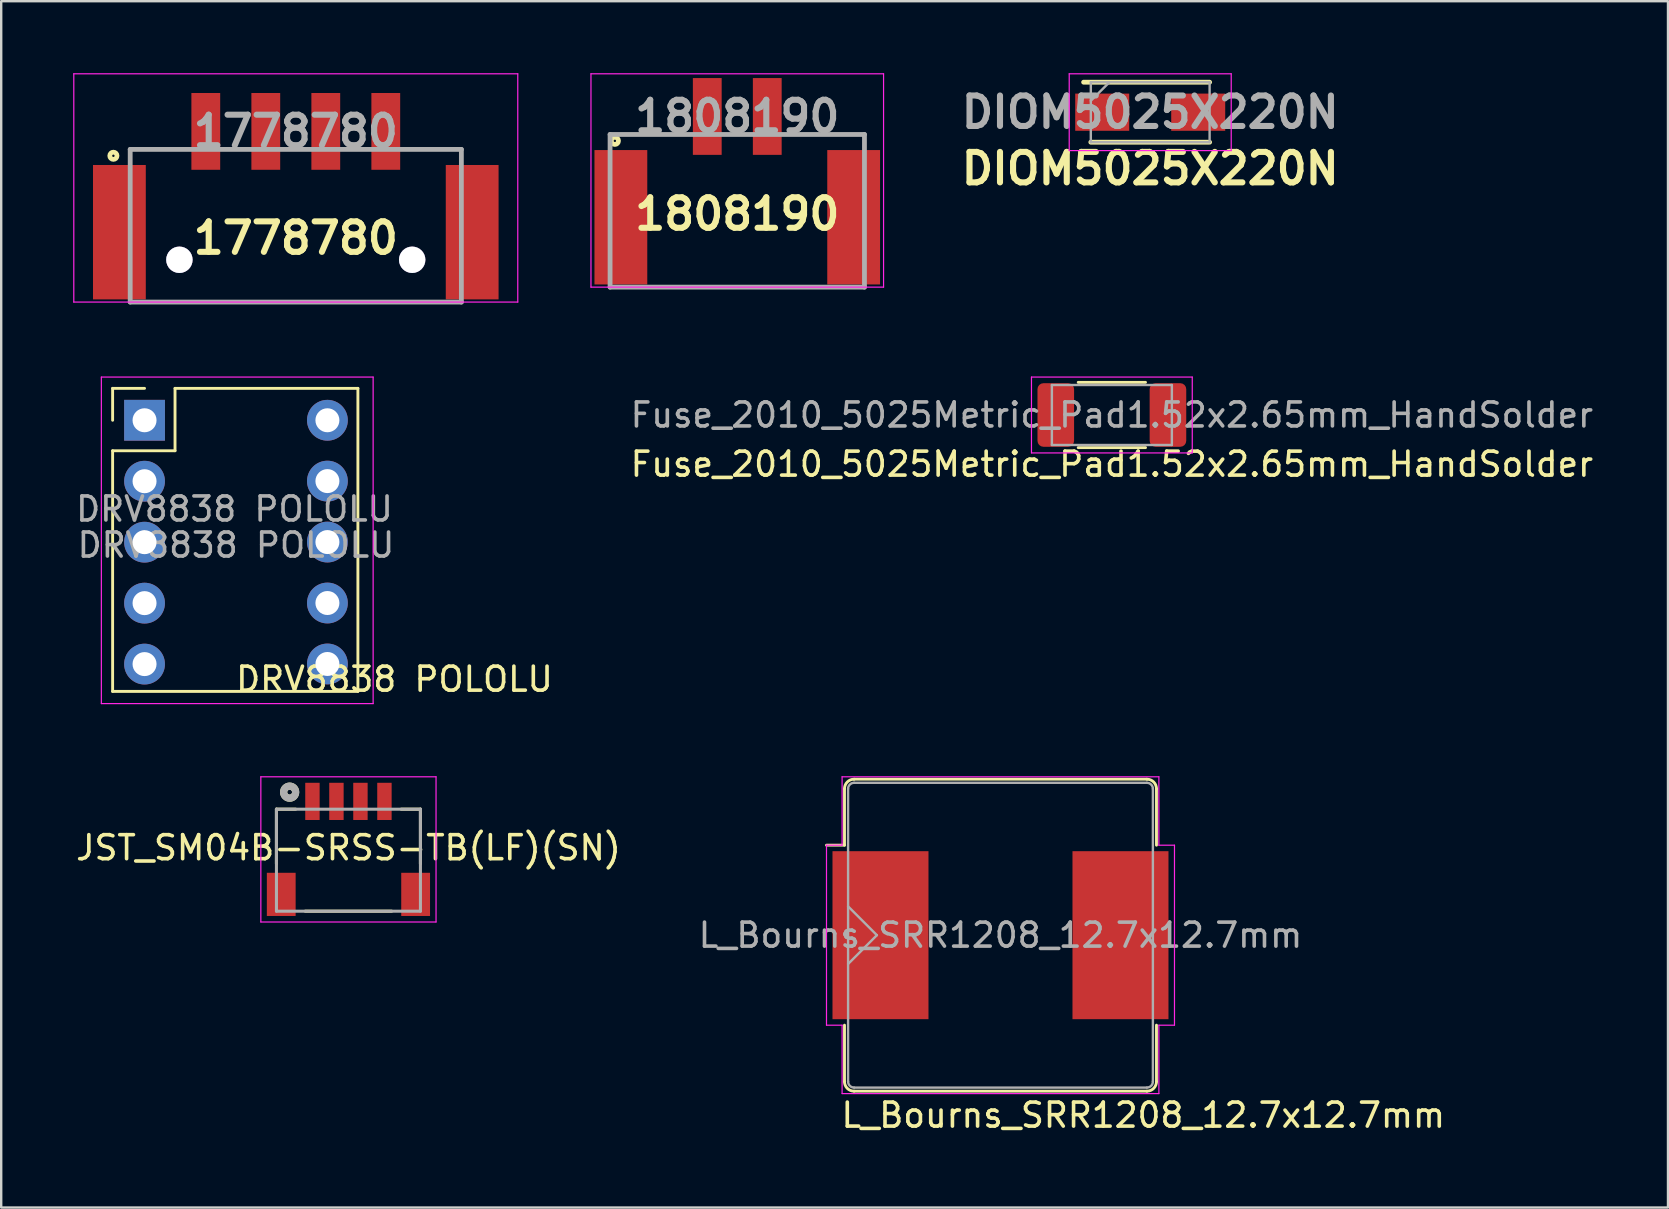
<source format=kicad_pcb>
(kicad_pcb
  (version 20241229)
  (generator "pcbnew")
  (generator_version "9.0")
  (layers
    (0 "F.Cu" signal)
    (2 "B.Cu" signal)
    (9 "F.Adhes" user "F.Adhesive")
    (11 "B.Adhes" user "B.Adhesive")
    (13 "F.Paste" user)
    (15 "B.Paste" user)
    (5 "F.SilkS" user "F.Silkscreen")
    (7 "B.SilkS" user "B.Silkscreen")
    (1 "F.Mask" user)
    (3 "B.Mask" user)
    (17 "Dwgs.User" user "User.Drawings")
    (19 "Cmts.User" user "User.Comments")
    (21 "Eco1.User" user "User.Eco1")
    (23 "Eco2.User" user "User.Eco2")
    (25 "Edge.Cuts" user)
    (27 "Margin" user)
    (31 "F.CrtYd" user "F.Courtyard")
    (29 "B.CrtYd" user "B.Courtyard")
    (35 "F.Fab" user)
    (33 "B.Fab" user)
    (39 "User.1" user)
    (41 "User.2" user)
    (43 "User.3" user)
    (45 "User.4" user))
  (footprint "DRV8838 POLOLU"
    (layer "F.Cu")
    (at 6.783 19.664)
    (property "Reference" "DRV8838 POLOLU" (at 6.604 5.588 0) (unlocked yes) (layer "F.SilkS") (effects (font (size 1 1) (thickness 0.15))))
    (attr through_hole)
    (fp_line (start -5.14 -6.532) (end -3.81 -6.532) (stroke (width 0.12) (type solid)) (layer "F.SilkS"))
    (fp_line (start -5.14 -5.202) (end -5.14 -6.532) (stroke (width 0.12) (type solid)) (layer "F.SilkS"))
    (fp_line (start -5.14 -3.932) (end -5.14 6.096) (stroke (width 0.12) (type solid)) (layer "F.SilkS"))
    (fp_line (start -5.14 -3.932) (end -2.54 -3.932) (stroke (width 0.12) (type solid)) (layer "F.SilkS"))
    (fp_line (start -5.14 6.096) (end 5.08 6.096) (stroke (width 0.12) (type solid)) (layer "F.SilkS"))
    (fp_line (start -2.54 -6.532) (end 5.08 -6.532) (stroke (width 0.12) (type solid)) (layer "F.SilkS"))
    (fp_line (start -2.54 -3.932) (end -2.54 -6.532) (stroke (width 0.12) (type solid)) (layer "F.SilkS"))
    (fp_line (start 5.08 -6.532) (end 5.08 6.096) (stroke (width 0.12) (type solid)) (layer "F.SilkS"))
    (fp_line (start -5.61 -7.002) (end -5.61 6.604) (stroke (width 0.05) (type solid)) (layer "F.CrtYd"))
    (fp_line (start -5.61 6.604) (end 5.715 6.604) (stroke (width 0.05) (type solid)) (layer "F.CrtYd"))
    (fp_line (start 5.715 -7.002) (end -5.61 -7.002) (stroke (width 0.05) (type solid)) (layer "F.CrtYd"))
    (fp_line (start 5.715 6.604) (end 5.715 -7.002) (stroke (width 0.05) (type solid)) (layer "F.CrtYd"))
    (fp_text user "${REFERENCE}" (at 0 0 0) (layer "F.Fab") (effects (font (size 1 1) (thickness 0.15))))
    (fp_text user "${REFERENCE}" (at -0.063 -1.503 0) (unlocked yes) (layer "F.Fab") (effects (font (size 1 1) (thickness 0.15))))
    (pad "01" thru_hole oval (at 3.81 2.413) (size 1.7 1.7) (drill 1) (layers "*.Cu" "*.Mask"))
    (pad "02" thru_hole oval (at 3.81 -0.127) (size 1.7 1.7) (drill 1) (layers "*.Cu" "*.Mask"))
    (pad "EN" thru_hole oval (at -3.81 -0.122) (size 1.7 1.7) (drill 1) (layers "*.Cu" "*.Mask"))
    (pad "GND" thru_hole rect (at -3.81 -5.202) (size 1.7 1.7) (drill 1) (layers "*.Cu" "*.Mask"))
    (pad "GND" thru_hole oval (at 3.81 -5.202) (size 1.7 1.7) (drill 1) (layers "*.Cu" "*.Mask"))
    (pad "PH" thru_hole oval (at -3.81 2.418) (size 1.7 1.7) (drill 1) (layers "*.Cu" "*.Mask"))
    (pad "VCC" thru_hole oval (at -3.81 -2.662) (size 1.7 1.7) (drill 1) (layers "*.Cu" "*.Mask"))
    (pad "VIN" thru_hole oval (at 3.81 -2.667) (size 1.7 1.7) (drill 1) (layers "*.Cu" "*.Mask"))
    (pad "VM" thru_hole oval (at 3.81 4.953) (size 1.7 1.7) (drill 1) (layers "*.Cu" "*.Mask"))
    (pad "~sleep" thru_hole oval (at -3.81 4.958) (size 1.7 1.7) (drill 1) (layers "*.Cu" "*.Mask")))
  (footprint "DIOM5025X220N"
    (layer "F.Cu")
    (at 44.878 1.625)
    (property "Reference" "DIOM5025X220N" (at 0 2.35 0) (layer "F.SilkS") (effects (font (size 1.27 1.27) (thickness 0.254))))
    (attr smd)
    (fp_line (start -2.475 1.25) (end 2.475 1.25) (stroke (width 0.2) (type solid)) (layer "F.SilkS"))
    (fp_line (start 2.475 -1.25) (end -2.775 -1.25) (stroke (width 0.2) (type solid)) (layer "F.SilkS"))
    (fp_line (start -3.375 -1.6) (end 3.375 -1.6) (stroke (width 0.05) (type solid)) (layer "F.CrtYd"))
    (fp_line (start -3.375 1.6) (end -3.375 -1.6) (stroke (width 0.05) (type solid)) (layer "F.CrtYd"))
    (fp_line (start 3.375 -1.6) (end 3.375 1.6) (stroke (width 0.05) (type solid)) (layer "F.CrtYd"))
    (fp_line (start 3.375 1.6) (end -3.375 1.6) (stroke (width 0.05) (type solid)) (layer "F.CrtYd"))
    (fp_line (start -2.475 -1.25) (end 2.475 -1.25) (stroke (width 0.1) (type solid)) (layer "F.Fab"))
    (fp_line (start -2.475 -0.475) (end -1.7 -1.25) (stroke (width 0.1) (type solid)) (layer "F.Fab"))
    (fp_line (start -2.475 1.25) (end -2.475 -1.25) (stroke (width 0.1) (type solid)) (layer "F.Fab"))
    (fp_line (start 2.475 -1.25) (end 2.475 1.25) (stroke (width 0.1) (type solid)) (layer "F.Fab"))
    (fp_line (start 2.475 1.25) (end -2.475 1.25) (stroke (width 0.1) (type solid)) (layer "F.Fab"))
    (fp_text user "${REFERENCE}" (at 0 0 0) (layer "F.Fab") (effects (font (size 1.27 1.27) (thickness 0.254))))
    (pad "1" smd rect (at -2 0 270) (size 1.55 2.25) (layers "F.Cu" "F.Mask" "F.Paste"))
    (pad "2" smd rect (at 2 0 270) (size 1.55 2.25) (layers "F.Cu" "F.Mask" "F.Paste")))
  (footprint "L_Bourns_SRR1208_12.7x12.7mm"
    (layer "F.Cu")
    (at 38.639 35.918)
    (property "Reference" "L_Bourns_SRR1208_12.7x12.7mm" (at 5.95 7.5 180) (layer "F.SilkS") (effects (font (size 1 1) (thickness 0.15))))
    (attr smd)
    (fp_line (start -6.5 -6.1) (end -6.5 -3.75) (stroke (width 0.12) (type solid)) (layer "F.SilkS"))
    (fp_line (start -6.5 -3.75) (end -7.25 -3.75) (stroke (width 0.12) (type solid)) (layer "F.SilkS"))
    (fp_line (start -6.5 3.75) (end -6.5 6.1) (stroke (width 0.12) (type solid)) (layer "F.SilkS"))
    (fp_line (start -6.1 -6.5) (end 6.1 -6.5) (stroke (width 0.12) (type solid)) (layer "F.SilkS"))
    (fp_line (start 6.1 6.5) (end -6.1 6.5) (stroke (width 0.12) (type solid)) (layer "F.SilkS"))
    (fp_line (start 6.5 -6.1) (end 6.5 -3.75) (stroke (width 0.12) (type solid)) (layer "F.SilkS"))
    (fp_line (start 6.5 3.75) (end 6.5 6.1) (stroke (width 0.12) (type solid)) (layer "F.SilkS"))
    (fp_arc (start -6.5 -6.1) (mid -6.382843 -6.382843) (end -6.1 -6.5) (stroke (width 0.12) (type solid)) (layer "F.SilkS"))
    (fp_arc (start -6.1 6.5) (mid -6.382843 6.382843) (end -6.5 6.1) (stroke (width 0.12) (type solid)) (layer "F.SilkS"))
    (fp_arc (start 6.1 -6.5) (mid 6.382843 -6.382843) (end 6.5 -6.1) (stroke (width 0.12) (type solid)) (layer "F.SilkS"))
    (fp_arc (start 6.5 6.1) (mid 6.382843 6.382843) (end 6.1 6.5) (stroke (width 0.12) (type solid)) (layer "F.SilkS"))
    (fp_line (start -7.25 -3.75) (end -7.25 3.75) (stroke (width 0.05) (type solid)) (layer "F.CrtYd"))
    (fp_line (start -7.25 -3.75) (end -6.6 -3.75) (stroke (width 0.05) (type solid)) (layer "F.CrtYd"))
    (fp_line (start -6.6 -6.6) (end -6.6 -3.75) (stroke (width 0.05) (type solid)) (layer "F.CrtYd"))
    (fp_line (start -6.6 -6.6) (end 6.6 -6.6) (stroke (width 0.05) (type solid)) (layer "F.CrtYd"))
    (fp_line (start -6.6 3.75) (end -7.25 3.75) (stroke (width 0.05) (type solid)) (layer "F.CrtYd"))
    (fp_line (start -6.6 6.6) (end -6.6 3.75) (stroke (width 0.05) (type solid)) (layer "F.CrtYd"))
    (fp_line (start 6.6 -6.6) (end 6.6 -3.75) (stroke (width 0.05) (type solid)) (layer "F.CrtYd"))
    (fp_line (start 6.6 3.75) (end 6.6 6.6) (stroke (width 0.05) (type solid)) (layer "F.CrtYd"))
    (fp_line (start 6.6 6.6) (end -6.6 6.6) (stroke (width 0.05) (type solid)) (layer "F.CrtYd"))
    (fp_line (start 7.25 -3.75) (end 6.6 -3.75) (stroke (width 0.05) (type solid)) (layer "F.CrtYd"))
    (fp_line (start 7.25 -3.75) (end 7.25 3.75) (stroke (width 0.05) (type solid)) (layer "F.CrtYd"))
    (fp_line (start 7.25 3.75) (end 6.6 3.75) (stroke (width 0.05) (type solid)) (layer "F.CrtYd"))
    (fp_line (start -6.35 -6.1) (end -6.35 6.1) (stroke (width 0.1) (type solid)) (layer "F.Fab"))
    (fp_line (start -6.1 -6.35) (end 6.1 -6.35) (stroke (width 0.1) (type solid)) (layer "F.Fab"))
    (fp_line (start -5.15 0) (end -6.35 -1.2) (stroke (width 0.1) (type solid)) (layer "F.Fab"))
    (fp_line (start -5.15 0) (end -6.35 1.2) (stroke (width 0.1) (type solid)) (layer "F.Fab"))
    (fp_line (start 6.1 6.35) (end -6.1 6.35) (stroke (width 0.1) (type solid)) (layer "F.Fab"))
    (fp_line (start 6.35 -6.1) (end 6.35 6.1) (stroke (width 0.1) (type solid)) (layer "F.Fab"))
    (fp_arc (start -6.35 -6.1) (mid -6.276777 -6.276777) (end -6.1 -6.35) (stroke (width 0.1) (type solid)) (layer "F.Fab"))
    (fp_arc (start -6.1 6.35) (mid -6.276777 6.276777) (end -6.35 6.1) (stroke (width 0.1) (type solid)) (layer "F.Fab"))
    (fp_arc (start 6.1 -6.35) (mid 6.276777 -6.276777) (end 6.35 -6.1) (stroke (width 0.1) (type solid)) (layer "F.Fab"))
    (fp_arc (start 6.35 6.1) (mid 6.276777 6.276777) (end 6.1 6.35) (stroke (width 0.1) (type solid)) (layer "F.Fab"))
    (fp_text user "${REFERENCE}" (at 0 0 180) (layer "F.Fab") (effects (font (size 1 1) (thickness 0.15))))
    (pad "1" smd rect (at -5 0) (size 4 7) (layers "F.Cu" "F.Mask" "F.Paste"))
    (pad "2" smd rect (at 5 0) (size 4 7) (layers "F.Cu" "F.Mask" "F.Paste")))
  (footprint "JST_SM04B-SRSS-TB(LF)(SN)"
    (layer "F.Cu")
    (at 11.469 30.343)
    (property "Reference" "JST_SM04B-SRSS-TB(LF)(SN)" (at 0.003 1.932 0) (layer "F.SilkS") (effects (font (size 1.001 1.001) (thickness 0.15))))
    (attr through_hole)
    (fp_line (start -3 0.325) (end -3 2.6) (stroke (width 0.127) (type solid)) (layer "F.SilkS"))
    (fp_line (start -2.2 0.325) (end -3 0.325) (stroke (width 0.127) (type solid)) (layer "F.SilkS"))
    (fp_line (start -1.8 4.575) (end 1.8 4.575) (stroke (width 0.127) (type solid)) (layer "F.SilkS"))
    (fp_line (start 2.2 0.325) (end 3 0.325) (stroke (width 0.127) (type solid)) (layer "F.SilkS"))
    (fp_line (start 3 0.325) (end 3 2.6) (stroke (width 0.127) (type solid)) (layer "F.SilkS"))
    (fp_circle (center -2.45 -0.385) (end -2.35 -0.385) (stroke (width 0.3) (type solid)) (fill no) (layer "F.SilkS"))
    (fp_line (start -3.65 -1.025) (end 3.65 -1.025) (stroke (width 0.05) (type solid)) (layer "F.CrtYd"))
    (fp_line (start -3.65 5.025) (end -3.65 -1.025) (stroke (width 0.05) (type solid)) (layer "F.CrtYd"))
    (fp_line (start 3.65 -1.025) (end 3.65 5.025) (stroke (width 0.05) (type solid)) (layer "F.CrtYd"))
    (fp_line (start 3.65 5.025) (end -3.65 5.025) (stroke (width 0.05) (type solid)) (layer "F.CrtYd"))
    (fp_line (start -3 0.325) (end 3 0.325) (stroke (width 0.127) (type solid)) (layer "F.Fab"))
    (fp_line (start -3 4.575) (end -3 0.325) (stroke (width 0.127) (type solid)) (layer "F.Fab"))
    (fp_line (start 3 0.325) (end 3 4.575) (stroke (width 0.127) (type solid)) (layer "F.Fab"))
    (fp_line (start 3 4.575) (end -3 4.575) (stroke (width 0.127) (type solid)) (layer "F.Fab"))
    (fp_circle (center -2.45 -0.385) (end -2.35 -0.385) (stroke (width 0.3) (type solid)) (fill no) (layer "F.Fab"))
    (pad "1" smd rect (at -1.5 0) (size 0.6 1.55) (layers "F.Cu" "F.Mask" "F.Paste"))
    (pad "2" smd rect (at -0.5 0) (size 0.6 1.55) (layers "F.Cu" "F.Mask" "F.Paste"))
    (pad "3" smd rect (at 0.5 0) (size 0.6 1.55) (layers "F.Cu" "F.Mask" "F.Paste"))
    (pad "4" smd rect (at 1.5 0) (size 0.6 1.55) (layers "F.Cu" "F.Mask" "F.Paste"))
    (pad "S1" smd rect (at -2.8 3.875 180) (size 1.2 1.8) (layers "F.Cu" "F.Mask" "F.Paste"))
    (pad "S2" smd rect (at 2.8 3.875 180) (size 1.2 1.8) (layers "F.Cu" "F.Mask" "F.Paste")))
  (footprint "1778780"
    (layer "F.Cu")
    (at 9.275 2.425)
    (property "Reference" "1778780" (at 0 4.445 180) (layer "F.SilkS") (effects (font (size 1.27 1.27) (thickness 0.254))))
    (attr through_hole)
    (fp_circle (center -7.6 1.016) (end -7.6 1.066) (stroke (width 0.2) (type solid)) (fill no) (layer "F.SilkS"))
    (fp_line (start -9.25 -2.4) (end 9.25 -2.4) (stroke (width 0.05) (type solid)) (layer "F.CrtYd"))
    (fp_line (start -9.25 7.112) (end -9.25 -2.4) (stroke (width 0.05) (type solid)) (layer "F.CrtYd"))
    (fp_line (start 9.25 -2.4) (end 9.25 7.112) (stroke (width 0.05) (type solid)) (layer "F.CrtYd"))
    (fp_line (start 9.25 7.112) (end -9.25 7.112) (stroke (width 0.05) (type solid)) (layer "F.CrtYd"))
    (fp_line (start -6.9 0.75) (end 6.9 0.75) (stroke (width 0.2) (type solid)) (layer "F.Fab"))
    (fp_line (start -6.9 7.112) (end -6.9 0.75) (stroke (width 0.2) (type solid)) (layer "F.Fab"))
    (fp_line (start 6.9 0.75) (end 6.9 7.112) (stroke (width 0.2) (type solid)) (layer "F.Fab"))
    (fp_line (start 6.9 7.112) (end -6.9 7.112) (stroke (width 0.2) (type solid)) (layer "F.Fab"))
    (fp_text user "${REFERENCE}" (at 0 0 180) (layer "F.Fab") (effects (font (size 1.27 1.27) (thickness 0.254))))
    (pad "1" smd rect (at -3.75 0) (size 1.2 3.2) (layers "F.Cu" "F.Mask" "F.Paste"))
    (pad "2" smd rect (at -1.25 0) (size 1.2 3.2) (layers "F.Cu" "F.Mask" "F.Paste"))
    (pad "3" smd rect (at 1.25 0) (size 1.2 3.2) (layers "F.Cu" "F.Mask" "F.Paste"))
    (pad "4" smd rect (at 3.75 0) (size 1.2 3.2) (layers "F.Cu" "F.Mask" "F.Paste"))
    (pad "5" smd rect (at -7.35 4.2) (size 2.2 5.6) (layers "F.Cu" "F.Mask" "F.Paste"))
    (pad "6" smd rect (at 7.35 4.2) (size 2.2 5.6) (layers "F.Cu" "F.Mask" "F.Paste"))
    (pad "7" thru_hole circle (at -4.85 5.35) (size 1.1 1.1) (drill 1.1) (layers "*.Cu" "*.Mask"))
    (pad "8" thru_hole circle (at 4.85 5.35) (size 1.1 1.1) (drill 1.1) (layers "*.Cu" "*.Mask")))
  (footprint "Fuse_2010_5025Metric_Pad1.52x2.65mm_HandSolder"
    (layer "F.Cu")
    (at 43.28 14.242)
    (property "Reference" "Fuse_2010_5025Metric_Pad1.52x2.65mm_HandSolder" (at 0 2.05 0) (layer "F.SilkS") (effects (font (size 1 1) (thickness 0.15))))
    (attr smd)
    (fp_line (start -1.402 -1.36) (end 1.402 -1.36) (stroke (width 0.12) (type solid)) (layer "F.SilkS"))
    (fp_line (start -1.402 1.36) (end 1.402 1.36) (stroke (width 0.12) (type solid)) (layer "F.SilkS"))
    (fp_line (start -3.35 -1.58) (end 3.35 -1.58) (stroke (width 0.05) (type solid)) (layer "F.CrtYd"))
    (fp_line (start -3.35 1.58) (end -3.35 -1.58) (stroke (width 0.05) (type solid)) (layer "F.CrtYd"))
    (fp_line (start 3.35 -1.58) (end 3.35 1.58) (stroke (width 0.05) (type solid)) (layer "F.CrtYd"))
    (fp_line (start 3.35 1.58) (end -3.35 1.58) (stroke (width 0.05) (type solid)) (layer "F.CrtYd"))
    (fp_line (start -2.5 -1.25) (end 2.5 -1.25) (stroke (width 0.1) (type solid)) (layer "F.Fab"))
    (fp_line (start -2.5 1.25) (end -2.5 -1.25) (stroke (width 0.1) (type solid)) (layer "F.Fab"))
    (fp_line (start 2.5 -1.25) (end 2.5 1.25) (stroke (width 0.1) (type solid)) (layer "F.Fab"))
    (fp_line (start 2.5 1.25) (end -2.5 1.25) (stroke (width 0.1) (type solid)) (layer "F.Fab"))
    (fp_text user "${REFERENCE}" (at 0 0 0) (layer "F.Fab") (effects (font (size 1 1) (thickness 0.15))))
    (pad "1" smd roundrect (at -2.337 0 180) (size 1.525 2.65) (layers "F.Cu" "F.Mask" "F.Paste") (roundrect_rratio 0.164))
    (pad "2" smd roundrect (at 2.337 0 180) (size 1.525 2.65) (layers "F.Cu" "F.Mask" "F.Paste") (roundrect_rratio 0.164)))
  (footprint "1808190"
    (layer "F.Cu")
    (at 27.671 1.803)
    (property "Reference" "1808190" (at 0 4.064 180) (layer "F.SilkS") (effects (font (size 1.27 1.27) (thickness 0.254))))
    (attr through_hole)
    (fp_circle (center -5.1 1.016) (end -5.1 1.066) (stroke (width 0.2) (type solid)) (fill no) (layer "F.SilkS"))
    (fp_line (start -6.096 -1.778) (end 6.096 -1.778) (stroke (width 0.05) (type solid)) (layer "F.CrtYd"))
    (fp_line (start -6.096 7.112) (end -6.096 -1.778) (stroke (width 0.05) (type solid)) (layer "F.CrtYd"))
    (fp_line (start 6.096 -1.778) (end 6.096 7.112) (stroke (width 0.05) (type solid)) (layer "F.CrtYd"))
    (fp_line (start 6.096 7.112) (end -6.096 7.112) (stroke (width 0.05) (type solid)) (layer "F.CrtYd"))
    (fp_line (start -5.3 0.75) (end 5.3 0.75) (stroke (width 0.2) (type solid)) (layer "F.Fab"))
    (fp_line (start -5.3 7.112) (end -5.3 0.75) (stroke (width 0.2) (type solid)) (layer "F.Fab"))
    (fp_line (start 5.3 0.75) (end 5.3 7.112) (stroke (width 0.2) (type solid)) (layer "F.Fab"))
    (fp_line (start 5.3 7.112) (end -5.3 7.112) (stroke (width 0.2) (type solid)) (layer "F.Fab"))
    (fp_text user "${REFERENCE}" (at 0 0 180) (layer "F.Fab") (effects (font (size 1.27 1.27) (thickness 0.254))))
    (pad "1" smd rect (at -1.25 0) (size 1.2 3.2) (layers "F.Cu" "F.Mask" "F.Paste"))
    (pad "2" smd rect (at 1.25 0) (size 1.2 3.2) (layers "F.Cu" "F.Mask" "F.Paste"))
    (pad "3" smd rect (at -4.85 4.2) (size 2.2 5.6) (layers "F.Cu" "F.Mask" "F.Paste"))
    (pad "4" smd rect (at 4.85 4.2) (size 2.2 5.6) (layers "F.Cu" "F.Mask" "F.Paste")))
  (gr_rect
    (start -3 -3)
    (end 66.453 47.266)
    (stroke (width 0.1) (type default))
    (fill no)
    (layer "Edge.Cuts")))
</source>
